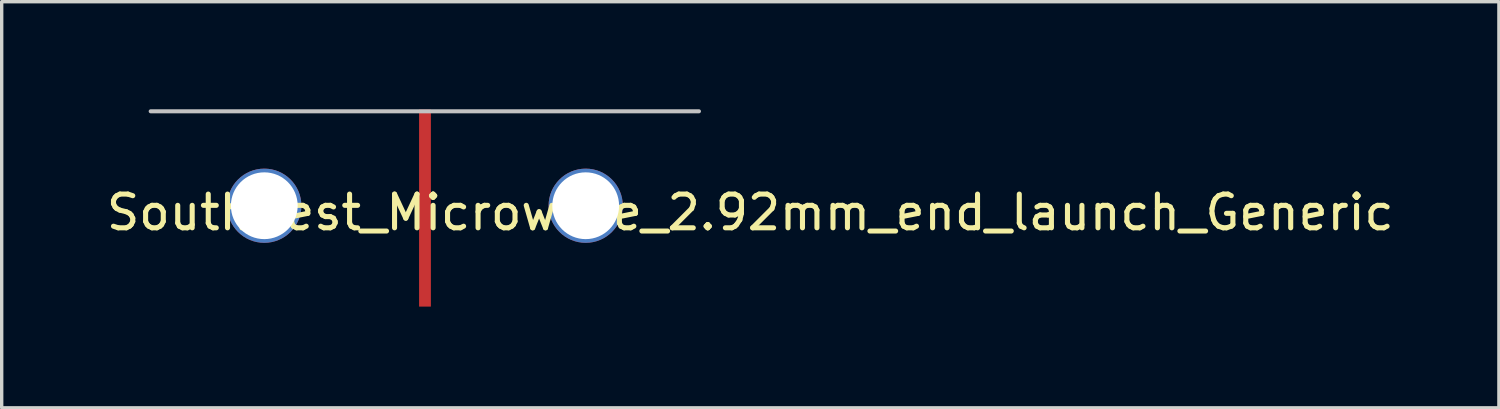
<source format=kicad_pcb>
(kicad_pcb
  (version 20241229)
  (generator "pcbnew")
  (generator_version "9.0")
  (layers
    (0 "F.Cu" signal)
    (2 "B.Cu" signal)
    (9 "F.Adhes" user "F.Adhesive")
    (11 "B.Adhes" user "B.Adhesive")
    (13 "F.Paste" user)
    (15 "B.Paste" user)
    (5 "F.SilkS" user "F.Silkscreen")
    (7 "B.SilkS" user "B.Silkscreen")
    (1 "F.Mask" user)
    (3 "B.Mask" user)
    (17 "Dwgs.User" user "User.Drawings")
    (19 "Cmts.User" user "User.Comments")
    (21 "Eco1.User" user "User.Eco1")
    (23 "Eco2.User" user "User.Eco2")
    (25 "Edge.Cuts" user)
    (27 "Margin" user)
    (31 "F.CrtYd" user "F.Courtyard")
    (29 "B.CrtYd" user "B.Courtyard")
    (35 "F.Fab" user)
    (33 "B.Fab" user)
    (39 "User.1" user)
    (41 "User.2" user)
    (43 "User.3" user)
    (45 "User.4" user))
  (footprint "Southwest_Microwave_2.92mm_end_launch_Generic"
    (layer "F.Cu")
    (at 9.551 0.25)
    (property "Reference" "Southwest_Microwave_2.92mm_end_launch_Generic" (at 9.645 3 0) (layer "F.SilkS") (effects (font (size 1 1) (thickness 0.15))))
    (attr through_hole)
    (fp_poly (pts (xy -6.605 5.71) (xy -6.605 -0.06) (xy 6.595 -0.06) (xy 6.595 5.71)) (stroke (width 0.1) (type solid)) (fill yes) (layer "F.Mask"))
    (fp_poly (pts (xy -6.595 5.72) (xy -6.595 -0.05) (xy 6.605 -0.05) (xy 6.605 5.72)) (stroke (width 0.1) (type solid)) (fill yes) (layer "B.Mask"))
    (fp_line (start -6.604 0.009) (end -6.604 5.724) (stroke (width 0.0001) (type solid)) (layer "Dwgs.User"))
    (fp_line (start -0.341 0.009) (end -6.604 0.009) (stroke (width 0.0001) (type solid)) (layer "Dwgs.User"))
    (fp_line (start 6.604 0.009) (end 0.341 0.009) (stroke (width 0.0001) (type solid)) (layer "Dwgs.User"))
    (fp_line (start 6.604 5.724) (end 6.604 0.009) (stroke (width 0.0001) (type solid)) (layer "Dwgs.User"))
    (fp_line (start 8.123 0) (end -8.133 0) (stroke (width 0.12) (type solid)) (layer "Dwgs.User"))
    (pad "1" smd rect (at 0 2.87) (size 0.35 5.842) (layers "F.Cu" "F.Mask"))
    (pad "2" thru_hole circle (at -4.765 2.8) (size 2.2 2.2) (drill 1.98) (layers "*.Cu" "*.Mask"))
    (pad "2" thru_hole circle (at 4.765 2.8) (size 2.2 2.2) (drill 1.98) (layers "*.Cu" "*.Mask")))
  (gr_rect
    (start -3 -3)
    (end 41.393 9.041)
    (stroke (width 0.1) (type default))
    (fill no)
    (layer "Edge.Cuts")))
</source>
